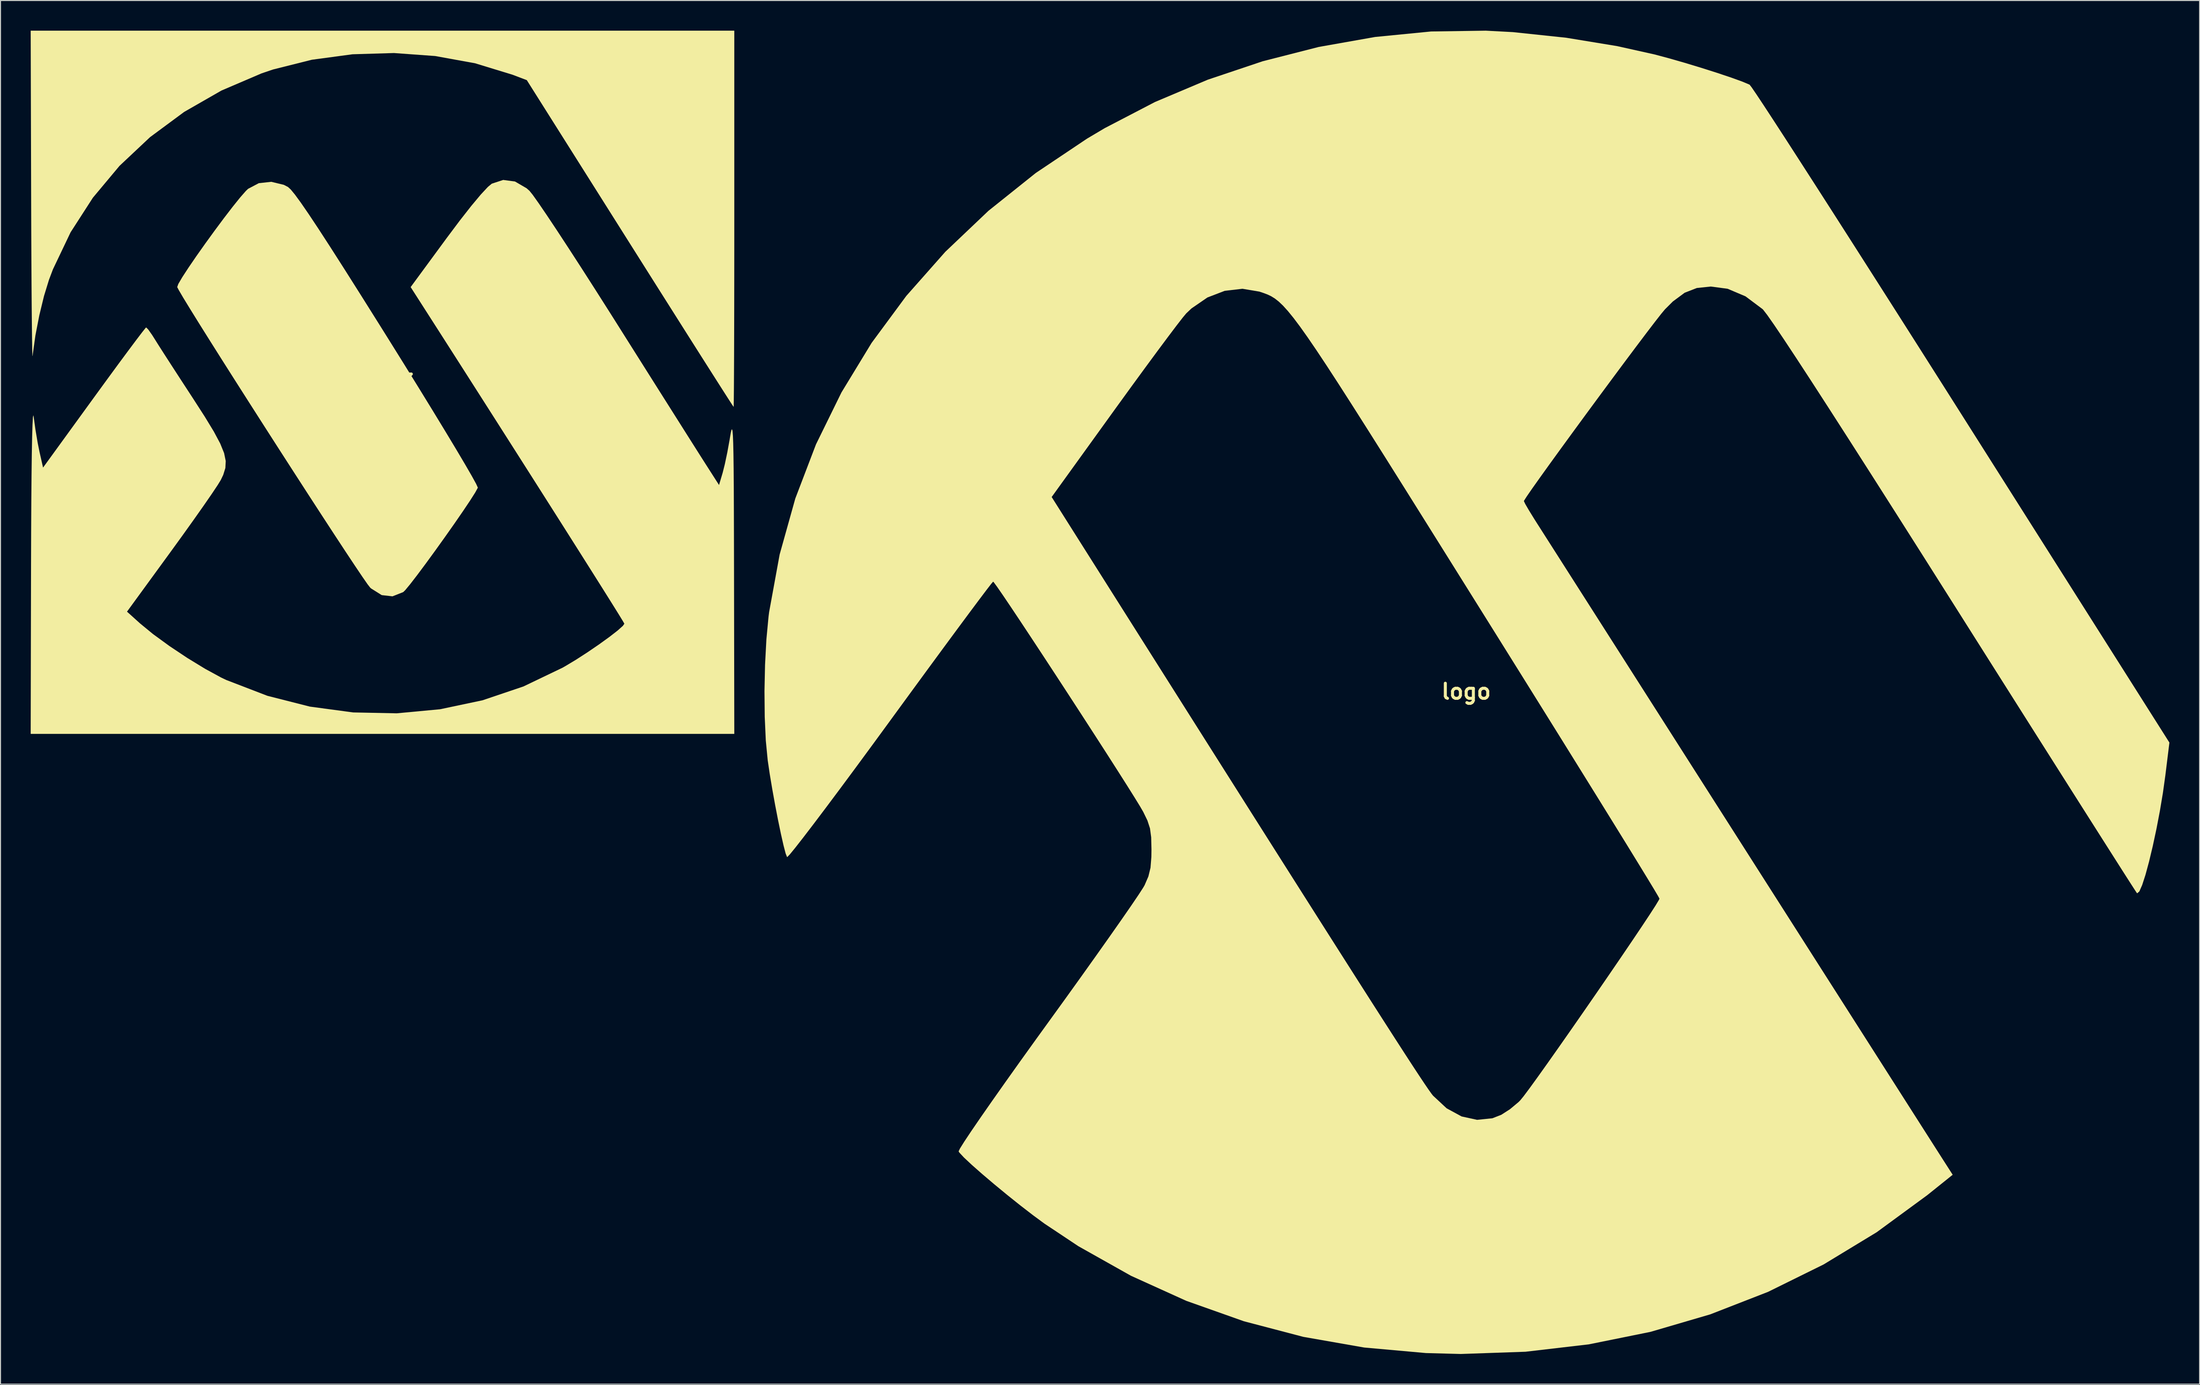
<source format=kicad_pcb>
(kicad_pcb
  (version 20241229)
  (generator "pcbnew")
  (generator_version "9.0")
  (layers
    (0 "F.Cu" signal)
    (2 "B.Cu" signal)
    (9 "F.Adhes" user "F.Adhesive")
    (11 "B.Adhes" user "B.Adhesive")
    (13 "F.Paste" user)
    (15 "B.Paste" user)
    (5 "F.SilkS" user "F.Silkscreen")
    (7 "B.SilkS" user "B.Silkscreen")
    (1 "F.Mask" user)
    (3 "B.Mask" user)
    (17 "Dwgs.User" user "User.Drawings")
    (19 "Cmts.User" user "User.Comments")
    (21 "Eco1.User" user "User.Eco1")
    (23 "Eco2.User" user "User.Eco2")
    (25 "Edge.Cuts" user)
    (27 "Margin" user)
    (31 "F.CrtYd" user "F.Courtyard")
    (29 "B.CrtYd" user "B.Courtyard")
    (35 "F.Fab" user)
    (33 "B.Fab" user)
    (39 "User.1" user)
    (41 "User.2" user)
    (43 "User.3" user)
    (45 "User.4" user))
  (footprint "logo"
    (layer "F.Cu")
    (at 142.646 65.703)
    (property "Reference" "logo" (at 0 0 0) (layer "F.SilkS") (effects (font (size 1.5 1.5) (thickness 0.3))))
    (attr board_only exclude_from_pos_files exclude_from_bom)
    (fp_poly (pts (xy 4.643 -65.56) (xy 9.936 -65.001) (xy 15.007 -64.167) (xy 18.709 -63.342) (xy 20.126 -62.964) (xy 21.712 -62.509) (xy 23.352 -62.012) (xy 24.93 -61.51) (xy 26.332 -61.04) (xy 27.443 -60.638) (xy 28.146 -60.342) (xy 28.166 -60.331) (xy 28.362 -60.077) (xy 28.833 -59.388) (xy 29.562 -58.289) (xy 30.531 -56.807) (xy 31.725 -54.968) (xy 33.125 -52.798) (xy 34.716 -50.325) (xy 36.481 -47.573) (xy 38.402 -44.569) (xy 40.462 -41.34) (xy 42.646 -37.912) (xy 44.935 -34.311) (xy 47.313 -30.564) (xy 49.246 -27.513) (xy 69.881 5.076) (xy 69.48 8.33) (xy 69.238 10.066) (xy 68.937 11.865) (xy 68.595 13.655) (xy 68.23 15.361) (xy 67.86 16.91) (xy 67.503 18.228) (xy 67.175 19.241) (xy 66.896 19.877) (xy 66.683 20.062) (xy 66.65 20.039) (xy 66.479 19.782) (xy 66.034 19.092) (xy 65.333 17.996) (xy 64.395 16.522) (xy 63.237 14.7) (xy 61.876 12.556) (xy 60.331 10.12) (xy 58.62 7.419) (xy 56.76 4.482) (xy 54.77 1.337) (xy 52.667 -1.989) (xy 50.469 -5.466) (xy 48.487 -8.603) (xy 45.523 -13.29) (xy 42.79 -17.598) (xy 40.295 -21.519) (xy 38.042 -25.045) (xy 36.037 -28.167) (xy 34.285 -30.878) (xy 32.792 -33.167) (xy 31.563 -35.028) (xy 30.604 -36.452) (xy 29.92 -37.43) (xy 29.516 -37.954) (xy 29.458 -38.016) (xy 27.759 -39.289) (xy 25.983 -40.042) (xy 24.308 -40.264) (xy 22.919 -40.118) (xy 21.71 -39.646) (xy 20.538 -38.778) (xy 19.756 -37.998) (xy 19.388 -37.557) (xy 18.763 -36.757) (xy 17.921 -35.655) (xy 16.903 -34.305) (xy 15.75 -32.764) (xy 14.503 -31.085) (xy 13.202 -29.326) (xy 11.888 -27.541) (xy 10.602 -25.785) (xy 9.385 -24.115) (xy 8.277 -22.585) (xy 7.32 -21.251) (xy 6.553 -20.169) (xy 6.018 -19.393) (xy 5.755 -18.979) (xy 5.735 -18.93) (xy 5.873 -18.641) (xy 6.242 -18.006) (xy 6.776 -17.14) (xy 7.063 -16.687) (xy 7.374 -16.201) (xy 7.959 -15.283) (xy 8.8 -13.965) (xy 9.878 -12.274) (xy 11.174 -10.242) (xy 12.669 -7.898) (xy 14.344 -5.271) (xy 16.18 -2.392) (xy 18.158 0.711) (xy 20.259 4.006) (xy 22.464 7.466) (xy 24.755 11.059) (xy 27.112 14.756) (xy 27.368 15.158) (xy 29.724 18.854) (xy 32.012 22.442) (xy 34.211 25.892) (xy 36.305 29.176) (xy 38.275 32.265) (xy 40.101 35.129) (xy 41.766 37.74) (xy 43.251 40.069) (xy 44.537 42.086) (xy 45.607 43.763) (xy 46.44 45.069) (xy 47.02 45.978) (xy 47.327 46.458) (xy 47.346 46.488) (xy 48.346 48.048) (xy 45.817 50.077) (xy 40.796 53.76) (xy 35.516 56.967) (xy 29.997 59.691) (xy 24.256 61.927) (xy 18.314 63.668) (xy 12.189 64.909) (xy 5.9 65.644) (xy -0.535 65.867) (xy -4.001 65.775) (xy -10.138 65.224) (xy -16.183 64.164) (xy -22.089 62.613) (xy -27.813 60.583) (xy -33.309 58.091) (xy -38.533 55.152) (xy -41.912 52.902) (xy -43.044 52.069) (xy -44.305 51.095) (xy -45.62 50.043) (xy -46.913 48.977) (xy -48.109 47.961) (xy -49.133 47.058) (xy -49.908 46.332) (xy -50.36 45.846) (xy -50.438 45.723) (xy -50.306 45.443) (xy -49.881 44.763) (xy -49.19 43.724) (xy -48.262 42.367) (xy -47.124 40.733) (xy -45.806 38.862) (xy -44.336 36.795) (xy -42.742 34.574) (xy -41.604 32.999) (xy -39.912 30.657) (xy -38.3 28.41) (xy -36.8 26.304) (xy -35.443 24.386) (xy -34.261 22.7) (xy -33.287 21.292) (xy -32.552 20.206) (xy -32.089 19.49) (xy -31.955 19.257) (xy -31.579 18.386) (xy -31.368 17.522) (xy -31.282 16.447) (xy -31.272 15.705) (xy -31.301 14.496) (xy -31.419 13.61) (xy -31.675 12.824) (xy -32.091 11.969) (xy -32.405 11.426) (xy -32.963 10.518) (xy -33.729 9.297) (xy -34.669 7.817) (xy -35.748 6.13) (xy -36.933 4.291) (xy -38.188 2.351) (xy -39.478 0.364) (xy -40.77 -1.617) (xy -42.028 -3.539) (xy -43.219 -5.349) (xy -44.306 -6.993) (xy -45.257 -8.419) (xy -46.035 -9.573) (xy -46.608 -10.403) (xy -46.939 -10.855) (xy -47.006 -10.923) (xy -47.192 -10.709) (xy -47.67 -10.09) (xy -48.414 -9.103) (xy -49.396 -7.787) (xy -50.588 -6.178) (xy -51.961 -4.315) (xy -53.489 -2.234) (xy -55.144 0.027) (xy -56.898 2.43) (xy -57.224 2.878) (xy -58.992 5.297) (xy -60.667 7.575) (xy -62.222 9.675) (xy -63.629 11.559) (xy -64.86 13.191) (xy -65.887 14.534) (xy -66.683 15.552) (xy -67.22 16.208) (xy -67.47 16.465) (xy -67.482 16.465) (xy -67.625 16.106) (xy -67.834 15.308) (xy -68.092 14.169) (xy -68.378 12.79) (xy -68.672 11.27) (xy -68.954 9.709) (xy -69.205 8.206) (xy -69.404 6.861) (xy -69.408 6.828) (xy -69.598 4.863) (xy -69.703 2.519) (xy -69.728 -0.043) (xy -69.672 -2.663) (xy -69.538 -5.18) (xy -69.326 -7.432) (xy -69.269 -7.884) (xy -68.221 -13.624) (xy -66.664 -19.194) (xy -66.609 -19.337) (xy -41.19 -19.337) (xy -37.973 -14.243) (xy -34.122 -8.147) (xy -30.552 -2.498) (xy -27.254 2.719) (xy -24.217 7.52) (xy -21.433 11.92) (xy -18.891 15.934) (xy -16.581 19.578) (xy -14.494 22.866) (xy -12.62 25.815) (xy -10.95 28.439) (xy -9.473 30.754) (xy -8.179 32.775) (xy -7.06 34.518) (xy -6.105 35.997) (xy -5.305 37.228) (xy -4.649 38.226) (xy -4.128 39.007) (xy -3.733 39.586) (xy -3.453 39.979) (xy -3.296 40.18) (xy -1.941 41.441) (xy -0.455 42.25) (xy 1.086 42.587) (xy 2.606 42.431) (xy 3.493 42.084) (xy 4.351 41.532) (xy 5.203 40.82) (xy 5.373 40.65) (xy 5.713 40.232) (xy 6.304 39.441) (xy 7.106 38.333) (xy 8.081 36.964) (xy 9.191 35.389) (xy 10.396 33.667) (xy 11.658 31.851) (xy 12.938 29.999) (xy 14.197 28.166) (xy 15.397 26.409) (xy 16.499 24.784) (xy 17.464 23.347) (xy 18.254 22.154) (xy 18.83 21.261) (xy 19.152 20.724) (xy 19.208 20.596) (xy 19.066 20.332) (xy 18.652 19.632) (xy 17.982 18.527) (xy 17.075 17.043) (xy 15.948 15.208) (xy 14.617 13.052) (xy 13.102 10.603) (xy 11.418 7.888) (xy 9.585 4.935) (xy 7.618 1.774) (xy 5.536 -1.568) (xy 3.355 -5.063) (xy 1.267 -8.406) (xy -1.464 -12.775) (xy -3.922 -16.705) (xy -6.123 -20.22) (xy -8.085 -23.344) (xy -9.824 -26.1) (xy -11.357 -28.515) (xy -12.7 -30.61) (xy -13.87 -32.41) (xy -14.884 -33.939) (xy -15.759 -35.221) (xy -16.511 -36.281) (xy -17.157 -37.141) (xy -17.714 -37.827) (xy -18.198 -38.362) (xy -18.626 -38.77) (xy -19.015 -39.075) (xy -19.381 -39.302) (xy -19.742 -39.473) (xy -20.114 -39.614) (xy -20.513 -39.748) (xy -20.538 -39.757) (xy -22.231 -40.042) (xy -23.99 -39.838) (xy -25.714 -39.176) (xy -27.299 -38.086) (xy -27.819 -37.592) (xy -28.161 -37.182) (xy -28.781 -36.382) (xy -29.639 -35.245) (xy -30.694 -33.827) (xy -31.907 -32.179) (xy -33.237 -30.358) (xy -34.644 -28.416) (xy -34.919 -28.036) (xy -41.19 -19.337) (xy -66.609 -19.337) (xy -64.611 -24.572) (xy -62.079 -29.735) (xy -59.082 -34.662) (xy -55.637 -39.33) (xy -51.759 -43.717) (xy -47.464 -47.8) (xy -42.766 -51.556) (xy -37.681 -54.965) (xy -35.915 -56.013) (xy -30.925 -58.61) (xy -25.666 -60.833) (xy -20.215 -62.664) (xy -14.651 -64.085) (xy -9.05 -65.077) (xy -3.491 -65.623) (xy 1.95 -65.703)) (stroke (width 0) (type solid)) (fill yes) (layer "F.SilkS")))
  (footprint "logo3"
    (layer "F.Cu")
    (at 34.959 34.959)
    (property "Reference" "logo3" (at 0 0 0) (layer "F.SilkS") (effects (font (size 1.5 1.5) (thickness 0.3))))
    (attr board_only exclude_from_pos_files exclude_from_bom)
    (fp_poly (pts (xy 34.959 -16.251) (xy 34.958 -13.109) (xy 34.955 -10.133) (xy 34.951 -7.367) (xy 34.945 -4.855) (xy 34.938 -2.642) (xy 34.929 -0.771) (xy 34.92 0.714) (xy 34.909 1.768) (xy 34.898 2.347) (xy 34.891 2.448) (xy 34.738 2.221) (xy 34.317 1.569) (xy 33.652 0.529) (xy 32.766 -0.863) (xy 31.682 -2.569) (xy 30.425 -4.552) (xy 29.018 -6.777) (xy 27.483 -9.204) (xy 25.845 -11.799) (xy 24.581 -13.802) (xy 14.339 -30.042) (xy 12.922 -30.579) (xy 9.201 -31.718) (xy 5.239 -32.438) (xy 1.142 -32.736) (xy -2.981 -32.613) (xy -7.024 -32.068) (xy -10.878 -31.1) (xy -12.017 -30.714) (xy -16.003 -29.007) (xy -19.708 -26.882) (xy -23.097 -24.374) (xy -26.132 -21.519) (xy -28.777 -18.354) (xy -30.994 -14.913) (xy -32.748 -11.233) (xy -33.142 -10.191) (xy -33.637 -8.576) (xy -34.104 -6.652) (xy -34.49 -4.659) (xy -34.745 -2.833) (xy -34.768 -2.595) (xy -34.786 -2.664) (xy -34.805 -3.236) (xy -34.823 -4.27) (xy -34.841 -5.721) (xy -34.859 -7.548) (xy -34.875 -9.708) (xy -34.889 -12.157) (xy -34.902 -14.853) (xy -34.912 -17.753) (xy -34.913 -18.231) (xy -34.959 -34.959) (xy 0 -34.959) (xy 34.959 -34.959)) (stroke (width 0) (type solid)) (fill yes) (layer "F.SilkS"))
    (fp_poly (pts (xy -9.802 -19.631) (xy -9.388 -19.415) (xy -9.117 -19.168) (xy -8.697 -18.656) (xy -8.112 -17.856) (xy -7.347 -16.743) (xy -6.384 -15.293) (xy -5.209 -13.482) (xy -3.805 -11.285) (xy -2.157 -8.679) (xy -0.247 -5.638) (xy 0.537 -4.384) (xy 2.129 -1.829) (xy 3.627 0.593) (xy 5.008 2.843) (xy 6.247 4.881) (xy 7.321 6.665) (xy 8.204 8.156) (xy 8.873 9.313) (xy 9.304 10.097) (xy 9.471 10.466) (xy 9.472 10.486) (xy 9.22 10.95) (xy 8.708 11.756) (xy 7.994 12.821) (xy 7.138 14.063) (xy 6.196 15.401) (xy 5.227 16.754) (xy 4.291 18.039) (xy 3.444 19.175) (xy 2.745 20.08) (xy 2.254 20.673) (xy 2.062 20.859) (xy 0.994 21.281) (xy -0.078 21.16) (xy -1.133 20.498) (xy -1.223 20.416) (xy -1.484 20.08) (xy -2.005 19.33) (xy -2.754 18.216) (xy -3.702 16.786) (xy -4.816 15.089) (xy -6.065 13.173) (xy -7.419 11.087) (xy -8.845 8.88) (xy -10.313 6.6) (xy -11.791 4.296) (xy -13.248 2.016) (xy -14.654 -0.19) (xy -15.976 -2.274) (xy -17.183 -4.187) (xy -18.245 -5.881) (xy -19.129 -7.308) (xy -19.806 -8.417) (xy -20.242 -9.162) (xy -20.401 -9.466) (xy -20.287 -9.782) (xy -19.895 -10.451) (xy -19.281 -11.393) (xy -18.504 -12.531) (xy -17.619 -13.783) (xy -16.684 -15.073) (xy -15.756 -16.321) (xy -14.891 -17.447) (xy -14.146 -18.374) (xy -13.578 -19.022) (xy -13.359 -19.233) (xy -12.291 -19.797) (xy -11.049 -19.932)) (stroke (width 0) (type solid)) (fill yes) (layer "F.SilkS"))
    (fp_poly (pts (xy 13.167 -19.962) (xy 14.319 -19.291) (xy 14.609 -19.033) (xy 14.929 -18.636) (xy 15.507 -17.823) (xy 16.312 -16.641) (xy 17.312 -15.138) (xy 18.476 -13.36) (xy 19.774 -11.356) (xy 21.173 -9.172) (xy 22.644 -6.856) (xy 23.093 -6.145) (xy 24.603 -3.749) (xy 26.068 -1.426) (xy 27.453 0.769) (xy 28.725 2.782) (xy 29.848 4.56) (xy 30.789 6.048) (xy 31.514 7.193) (xy 31.99 7.941) (xy 32.054 8.042) (xy 33.442 10.212) (xy 33.803 8.998) (xy 34.019 8.139) (xy 34.266 6.966) (xy 34.495 5.706) (xy 34.535 5.462) (xy 34.613 5.013) (xy 34.679 4.737) (xy 34.736 4.669) (xy 34.782 4.843) (xy 34.82 5.291) (xy 34.851 6.049) (xy 34.875 7.15) (xy 34.894 8.627) (xy 34.908 10.515) (xy 34.918 12.847) (xy 34.926 15.657) (xy 34.933 18.979) (xy 34.933 19.05) (xy 34.959 34.959) (xy 0 34.959) (xy -34.959 34.959) (xy -34.924 18.231) (xy -34.913 14.845) (xy -34.897 11.852) (xy -34.875 9.273) (xy -34.848 7.127) (xy -34.816 5.434) (xy -34.779 4.215) (xy -34.739 3.488) (xy -34.695 3.274) (xy -34.663 3.429) (xy -34.487 4.704) (xy -34.262 6.035) (xy -34.084 6.918) (xy -33.73 8.48) (xy -28.677 1.516) (xy -27.435 -0.19) (xy -26.296 -1.746) (xy -25.297 -3.097) (xy -24.48 -4.191) (xy -23.883 -4.975) (xy -23.546 -5.397) (xy -23.486 -5.455) (xy -23.277 -5.247) (xy -22.897 -4.709) (xy -22.639 -4.302) (xy -22.271 -3.715) (xy -21.662 -2.763) (xy -20.871 -1.537) (xy -19.958 -0.129) (xy -18.98 1.371) (xy -18.852 1.567) (xy -17.656 3.424) (xy -16.755 4.908) (xy -16.125 6.089) (xy -15.74 7.039) (xy -15.578 7.827) (xy -15.614 8.525) (xy -15.825 9.203) (xy -16.069 9.716) (xy -16.379 10.221) (xy -16.963 11.096) (xy -17.773 12.269) (xy -18.76 13.67) (xy -19.874 15.229) (xy -21.009 16.797) (xy -25.388 22.805) (xy -24.097 23.97) (xy -22.799 25.037) (xy -21.176 26.22) (xy -19.394 27.408) (xy -17.622 28.491) (xy -16.027 29.359) (xy -15.527 29.598) (xy -11.443 31.17) (xy -7.22 32.245) (xy -2.914 32.825) (xy 1.418 32.912) (xy 5.719 32.509) (xy 9.935 31.619) (xy 14.008 30.242) (xy 17.883 28.383) (xy 18.162 28.225) (xy 19.237 27.579) (xy 20.387 26.835) (xy 21.519 26.061) (xy 22.542 25.322) (xy 23.363 24.685) (xy 23.888 24.216) (xy 24.034 24.005) (xy 23.891 23.751) (xy 23.476 23.072) (xy 22.812 22.006) (xy 21.923 20.587) (xy 20.829 18.851) (xy 19.556 16.835) (xy 18.125 14.574) (xy 16.559 12.105) (xy 14.881 9.463) (xy 13.113 6.684) (xy 11.279 3.804) (xy 9.401 0.859) (xy 7.503 -2.114) (xy 5.606 -5.081) (xy 3.774 -7.942) (xy 2.798 -9.465) (xy 6.383 -14.346) (xy 7.678 -16.075) (xy 8.817 -17.528) (xy 9.762 -18.66) (xy 10.473 -19.424) (xy 10.863 -19.748) (xy 11.995 -20.118)) (stroke (width 0) (type solid)) (fill yes) (layer "F.SilkS")))
  (gr_rect
    (start -3 -3)
    (end 215.527 134.57)
    (stroke (width 0.1) (type default))
    (fill no)
    (layer "Edge.Cuts")))
</source>
